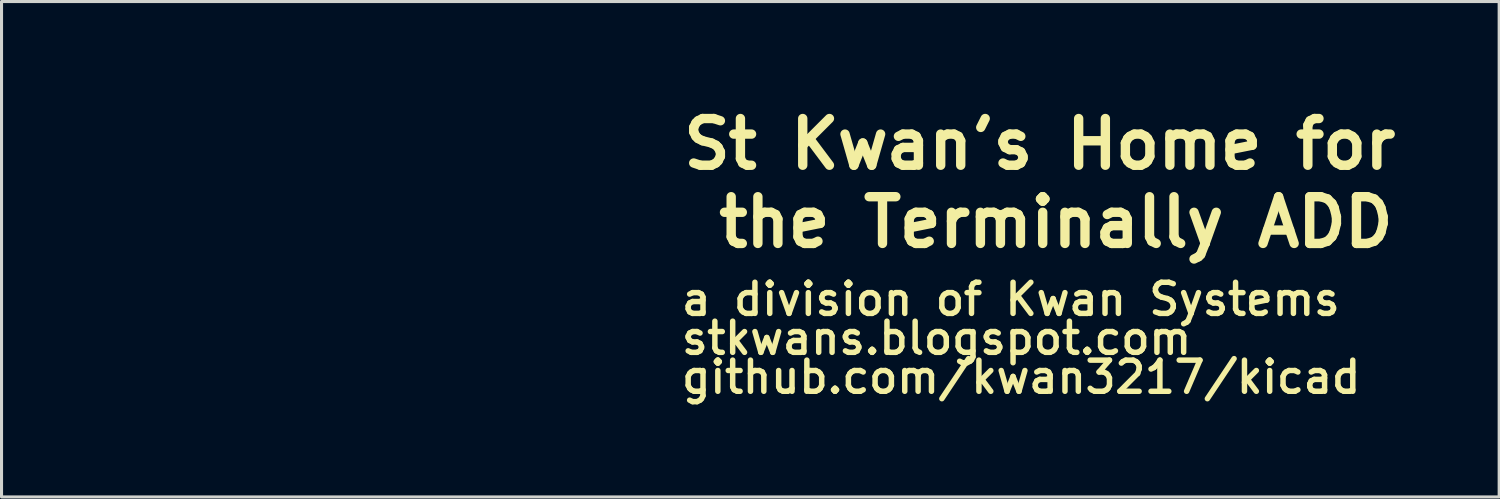
<source format=kicad_pcb>
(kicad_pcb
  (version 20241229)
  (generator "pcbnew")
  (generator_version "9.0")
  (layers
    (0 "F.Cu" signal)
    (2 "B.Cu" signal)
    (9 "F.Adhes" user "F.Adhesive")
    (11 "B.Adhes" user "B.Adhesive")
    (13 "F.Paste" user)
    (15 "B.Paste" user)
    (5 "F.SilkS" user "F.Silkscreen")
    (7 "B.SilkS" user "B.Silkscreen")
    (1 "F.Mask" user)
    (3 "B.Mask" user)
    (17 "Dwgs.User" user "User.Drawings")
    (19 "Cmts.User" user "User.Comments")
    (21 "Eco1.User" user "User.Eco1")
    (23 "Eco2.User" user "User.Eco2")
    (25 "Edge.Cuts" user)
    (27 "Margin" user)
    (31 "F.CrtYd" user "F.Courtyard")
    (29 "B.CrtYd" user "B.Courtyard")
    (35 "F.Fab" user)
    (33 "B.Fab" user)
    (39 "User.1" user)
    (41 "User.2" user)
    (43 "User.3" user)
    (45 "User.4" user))
  (footprint "StKwansSoldermask"
    (layer "F.Cu")
    (at 15.273 4.17)
    (property "Reference" "StKwansSoldermask" (at -3.683 -2.743 0) (layer "F.Mask") (effects (font (size 1.524 1.524) (thickness 0.305))))
    (attr through_hole)
    (fp_poly (pts (xy -2.329 -3.008) (xy -2.333 -2.986) (xy -2.34 -2.951) (xy -2.349 -2.903) (xy -2.362 -2.842) (xy -2.376 -2.77) (xy -2.393 -2.687) (xy -2.412 -2.593) (xy -2.432 -2.491) (xy -2.455 -2.379) (xy -2.479 -2.259) (xy -2.505 -2.132) (xy -2.532 -1.998) (xy -2.561 -1.858) (xy -2.59 -1.712) (xy -2.621 -1.561) (xy -2.652 -1.407) (xy -2.685 -1.249) (xy -2.718 -1.088) (xy -2.751 -0.925) (xy -2.784 -0.761) (xy -2.818 -0.596) (xy -2.852 -0.431) (xy -2.885 -0.266) (xy -2.919 -0.103) (xy -2.952 0.058) (xy -2.984 0.217) (xy -3.016 0.372) (xy -3.047 0.524) (xy -3.077 0.67) (xy -3.106 0.812) (xy -3.134 0.947) (xy -3.16 1.075) (xy -3.185 1.196) (xy -3.209 1.31) (xy -3.23 1.414) (xy -3.25 1.509) (xy -3.268 1.594) (xy -3.283 1.668) (xy -3.296 1.731) (xy -3.307 1.781) (xy -3.315 1.819) (xy -3.32 1.844) (xy -3.323 1.854) (xy -3.323 1.854) (xy -3.329 1.852) (xy -3.34 1.839) (xy -3.347 1.828) (xy -3.374 1.78) (xy -3.403 1.722) (xy -3.436 1.655) (xy -3.469 1.584) (xy -3.501 1.511) (xy -3.532 1.439) (xy -3.559 1.373) (xy -3.566 1.353) (xy -3.641 1.138) (xy -3.702 0.923) (xy -3.748 0.706) (xy -3.782 0.486) (xy -3.802 0.26) (xy -3.81 0.028) (xy -3.81 0) (xy -3.808 -0.142) (xy -3.803 -0.274) (xy -3.793 -0.399) (xy -3.779 -0.522) (xy -3.759 -0.645) (xy -3.738 -0.758) (xy -3.693 -0.957) (xy -3.638 -1.147) (xy -3.574 -1.333) (xy -3.498 -1.518) (xy -3.422 -1.68) (xy -3.327 -1.862) (xy -3.227 -2.032) (xy -3.121 -2.193) (xy -3.005 -2.348) (xy -2.879 -2.499) (xy -2.74 -2.648) (xy -2.687 -2.702) (xy -2.646 -2.742) (xy -2.602 -2.784) (xy -2.557 -2.826) (xy -2.512 -2.866) (xy -2.469 -2.905) (xy -2.429 -2.939) (xy -2.394 -2.969) (xy -2.365 -2.993) (xy -2.343 -3.009) (xy -2.33 -3.016) (xy -2.328 -3.016) (xy -2.329 -3.008)) (stroke (width 0.01) (type solid)) (fill yes) (layer "F.Mask"))
    (fp_poly (pts (xy 3.243 -2.004) (xy 3.255 -1.987) (xy 3.271 -1.961) (xy 3.291 -1.927) (xy 3.313 -1.888) (xy 3.337 -1.845) (xy 3.361 -1.801) (xy 3.384 -1.757) (xy 3.406 -1.717) (xy 3.418 -1.692) (xy 3.517 -1.477) (xy 3.602 -1.256) (xy 3.673 -1.029) (xy 3.73 -0.795) (xy 3.774 -0.554) (xy 3.792 -0.419) (xy 3.796 -0.371) (xy 3.8 -0.311) (xy 3.804 -0.241) (xy 3.806 -0.165) (xy 3.808 -0.085) (xy 3.809 -0.005) (xy 3.809 0.074) (xy 3.808 0.148) (xy 3.807 0.214) (xy 3.804 0.269) (xy 3.803 0.282) (xy 3.777 0.524) (xy 3.737 0.762) (xy 3.682 0.995) (xy 3.613 1.224) (xy 3.529 1.447) (xy 3.432 1.664) (xy 3.32 1.876) (xy 3.195 2.081) (xy 3.056 2.279) (xy 2.918 2.454) (xy 2.892 2.484) (xy 2.862 2.519) (xy 2.828 2.556) (xy 2.792 2.595) (xy 2.756 2.633) (xy 2.721 2.67) (xy 2.689 2.703) (xy 2.661 2.731) (xy 2.64 2.751) (xy 2.626 2.764) (xy 2.621 2.766) (xy 2.616 2.76) (xy 2.604 2.742) (xy 2.589 2.716) (xy 2.57 2.682) (xy 2.554 2.654) (xy 2.54 2.626) (xy 2.519 2.587) (xy 2.492 2.538) (xy 2.46 2.478) (xy 2.423 2.409) (xy 2.381 2.332) (xy 2.336 2.247) (xy 2.286 2.155) (xy 2.234 2.057) (xy 2.178 1.954) (xy 2.121 1.846) (xy 2.061 1.735) (xy 2 1.621) (xy 1.937 1.504) (xy 1.874 1.386) (xy 1.81 1.267) (xy 1.747 1.149) (xy 1.684 1.032) (xy 1.622 0.916) (xy 1.561 0.803) (xy 1.502 0.693) (xy 1.445 0.587) (xy 1.391 0.485) (xy 1.34 0.39) (xy 1.292 0.301) (xy 1.248 0.219) (xy 1.208 0.145) (xy 1.173 0.08) (xy 1.144 0.024) (xy 1.119 -0.022) (xy 1.101 -0.056) (xy 1.089 -0.079) (xy 1.083 -0.089) (xy 1.083 -0.089) (xy 1.067 -0.121) (xy 2.15 -1.065) (xy 2.261 -1.161) (xy 2.368 -1.255) (xy 2.472 -1.345) (xy 2.572 -1.432) (xy 2.667 -1.515) (xy 2.757 -1.593) (xy 2.841 -1.666) (xy 2.918 -1.733) (xy 2.989 -1.794) (xy 3.052 -1.849) (xy 3.106 -1.896) (xy 3.152 -1.936) (xy 3.189 -1.968) (xy 3.216 -1.991) (xy 3.232 -2.005) (xy 3.238 -2.01) (xy 3.243 -2.004)) (stroke (width 0.01) (type solid)) (fill yes) (layer "F.Mask"))
    (fp_poly (pts (xy -0.121 0.96) (xy -0.111 0.977) (xy -0.095 1.006) (xy -0.073 1.047) (xy -0.046 1.1) (xy -0.012 1.165) (xy 0.028 1.243) (xy 0.073 1.333) (xy 0.126 1.436) (xy 0.184 1.552) (xy 0.249 1.68) (xy 0.32 1.822) (xy 0.398 1.977) (xy 0.482 2.146) (xy 0.548 2.278) (xy 0.615 2.411) (xy 0.68 2.541) (xy 0.743 2.667) (xy 0.803 2.788) (xy 0.86 2.903) (xy 0.915 3.011) (xy 0.965 3.113) (xy 1.012 3.208) (xy 1.055 3.294) (xy 1.093 3.371) (xy 1.127 3.439) (xy 1.155 3.496) (xy 1.179 3.543) (xy 1.196 3.578) (xy 1.207 3.601) (xy 1.212 3.611) (xy 1.212 3.611) (xy 1.211 3.614) (xy 1.206 3.617) (xy 1.197 3.621) (xy 1.18 3.627) (xy 1.155 3.635) (xy 1.12 3.645) (xy 1.072 3.659) (xy 1.052 3.666) (xy 0.846 3.719) (xy 0.635 3.76) (xy 0.416 3.791) (xy 0.328 3.799) (xy 0.27 3.803) (xy 0.201 3.806) (xy 0.123 3.808) (xy 0.041 3.809) (xy -0.044 3.809) (xy -0.127 3.808) (xy -0.205 3.806) (xy -0.274 3.803) (xy -0.333 3.799) (xy -0.339 3.799) (xy -0.58 3.77) (xy -0.816 3.726) (xy -1.048 3.667) (xy -1.275 3.594) (xy -1.499 3.506) (xy -1.66 3.433) (xy -1.703 3.412) (xy -1.748 3.389) (xy -1.794 3.365) (xy -1.837 3.343) (xy -1.875 3.322) (xy -1.907 3.305) (xy -1.928 3.292) (xy -1.934 3.288) (xy -1.934 3.28) (xy -1.931 3.259) (xy -1.927 3.225) (xy -1.921 3.181) (xy -1.914 3.128) (xy -1.905 3.068) (xy -1.896 3.001) (xy -1.886 2.929) (xy -1.875 2.855) (xy -1.864 2.779) (xy -1.853 2.702) (xy -1.842 2.627) (xy -1.831 2.555) (xy -1.821 2.487) (xy -1.812 2.425) (xy -1.804 2.371) (xy -1.797 2.325) (xy -1.791 2.289) (xy -1.787 2.266) (xy -1.785 2.255) (xy -1.785 2.255) (xy -1.776 2.248) (xy -1.757 2.232) (xy -1.727 2.209) (xy -1.688 2.178) (xy -1.641 2.141) (xy -1.586 2.097) (xy -1.524 2.049) (xy -1.456 1.995) (xy -1.382 1.938) (xy -1.305 1.877) (xy -1.224 1.814) (xy -1.14 1.748) (xy -1.055 1.681) (xy -0.969 1.614) (xy -0.882 1.546) (xy -0.796 1.479) (xy -0.712 1.413) (xy -0.63 1.349) (xy -0.552 1.287) (xy -0.477 1.229) (xy -0.407 1.174) (xy -0.343 1.124) (xy -0.286 1.08) (xy -0.236 1.041) (xy -0.194 1.008) (xy -0.161 0.983) (xy -0.139 0.965) (xy -0.127 0.956) (xy -0.125 0.955) (xy -0.121 0.96)) (stroke (width 0.01) (type solid)) (fill yes) (layer "F.Mask"))
    (fp_poly (pts (xy 0.134 -3.81) (xy 0.227 -3.807) (xy 0.301 -3.802) (xy 0.545 -3.774) (xy 0.785 -3.732) (xy 1.018 -3.675) (xy 1.247 -3.604) (xy 1.47 -3.519) (xy 1.688 -3.42) (xy 1.901 -3.306) (xy 2.108 -3.178) (xy 2.116 -3.173) (xy 2.152 -3.148) (xy 2.184 -3.126) (xy 2.21 -3.108) (xy 2.226 -3.096) (xy 2.232 -3.091) (xy 2.23 -3.087) (xy 2.222 -3.077) (xy 2.207 -3.061) (xy 2.185 -3.039) (xy 2.155 -3.01) (xy 2.118 -2.974) (xy 2.073 -2.93) (xy 2.02 -2.878) (xy 1.958 -2.819) (xy 1.886 -2.751) (xy 1.806 -2.675) (xy 1.715 -2.589) (xy 1.615 -2.494) (xy 1.504 -2.39) (xy 1.382 -2.275) (xy 1.366 -2.259) (xy 0.492 -1.437) (xy 0.722 -1.434) (xy 0.78 -1.434) (xy 0.832 -1.433) (xy 0.877 -1.432) (xy 0.913 -1.43) (xy 0.939 -1.429) (xy 0.951 -1.427) (xy 0.952 -1.427) (xy 0.946 -1.422) (xy 0.928 -1.41) (xy 0.899 -1.389) (xy 0.86 -1.362) (xy 0.811 -1.328) (xy 0.753 -1.289) (xy 0.688 -1.243) (xy 0.615 -1.193) (xy 0.536 -1.139) (xy 0.451 -1.081) (xy 0.362 -1.019) (xy 0.268 -0.955) (xy 0.171 -0.888) (xy 0.071 -0.819) (xy -0.031 -0.75) (xy -0.133 -0.679) (xy -0.236 -0.609) (xy -0.338 -0.539) (xy -0.439 -0.47) (xy -0.539 -0.402) (xy -0.635 -0.336) (xy -0.727 -0.273) (xy -0.816 -0.212) (xy -0.899 -0.155) (xy -0.976 -0.103) (xy -1.047 -0.054) (xy -1.11 -0.011) (xy -1.165 0.026) (xy -1.211 0.057) (xy -1.247 0.082) (xy -1.273 0.099) (xy -1.288 0.109) (xy -1.288 0.109) (xy -1.303 0.117) (xy -1.311 0.118) (xy -1.311 0.117) (xy -1.308 0.109) (xy -1.299 0.089) (xy -1.284 0.056) (xy -1.264 0.012) (xy -1.239 -0.042) (xy -1.21 -0.105) (xy -1.177 -0.177) (xy -1.141 -0.257) (xy -1.101 -0.343) (xy -1.059 -0.435) (xy -1.014 -0.532) (xy -0.967 -0.633) (xy -0.957 -0.655) (xy -0.604 -1.421) (xy -0.901 -1.423) (xy -0.979 -1.424) (xy -1.043 -1.425) (xy -1.094 -1.426) (xy -1.133 -1.427) (xy -1.162 -1.428) (xy -1.181 -1.43) (xy -1.191 -1.432) (xy -1.195 -1.434) (xy -1.194 -1.435) (xy -1.192 -1.443) (xy -1.186 -1.465) (xy -1.175 -1.5) (xy -1.162 -1.548) (xy -1.145 -1.607) (xy -1.125 -1.677) (xy -1.102 -1.756) (xy -1.077 -1.845) (xy -1.049 -1.942) (xy -1.019 -2.047) (xy -0.987 -2.159) (xy -0.953 -2.276) (xy -0.918 -2.399) (xy -0.882 -2.526) (xy -0.858 -2.611) (xy -0.524 -3.778) (xy -0.481 -3.783) (xy -0.389 -3.793) (xy -0.288 -3.8) (xy -0.182 -3.806) (xy -0.074 -3.81) (xy 0.033 -3.811) (xy 0.134 -3.81)) (stroke (width 0.01) (type solid)) (fill yes) (layer "F.Mask"))
    (fp_text user "St Kwan's Home for" (at 3.81 -2.52 0) (unlocked yes) (layer "F.SilkS") (effects (font (size 1.524 1.524) (thickness 0.305)) (justify left)))
    (fp_text user "github.com/kwan3217/kicad" (at 3.81 5.08 0) (unlocked yes) (layer "F.SilkS") (effects (font (size 1.016 1.016) (thickness 0.178)) (justify left)))
    (fp_text user "stkwans.blogspot.com" (at 3.81 3.81 0) (unlocked yes) (layer "F.SilkS") (effects (font (size 1.016 1.016) (thickness 0.178)) (justify left)))
    (fp_text user "the Terminally ADD" (at 4.96 0.03 0) (unlocked yes) (layer "F.SilkS") (effects (font (size 1.524 1.524) (thickness 0.305)) (justify left)))
    (fp_text user "a division of Kwan Systems" (at 3.81 2.54 0) (unlocked yes) (layer "F.SilkS") (effects (font (size 1.016 1.016) (thickness 0.178)) (justify left))))
  (gr_rect
    (start -3 -3)
    (end 45.843 13.156)
    (stroke (width 0.1) (type default))
    (fill no)
    (layer "Edge.Cuts")))
</source>
